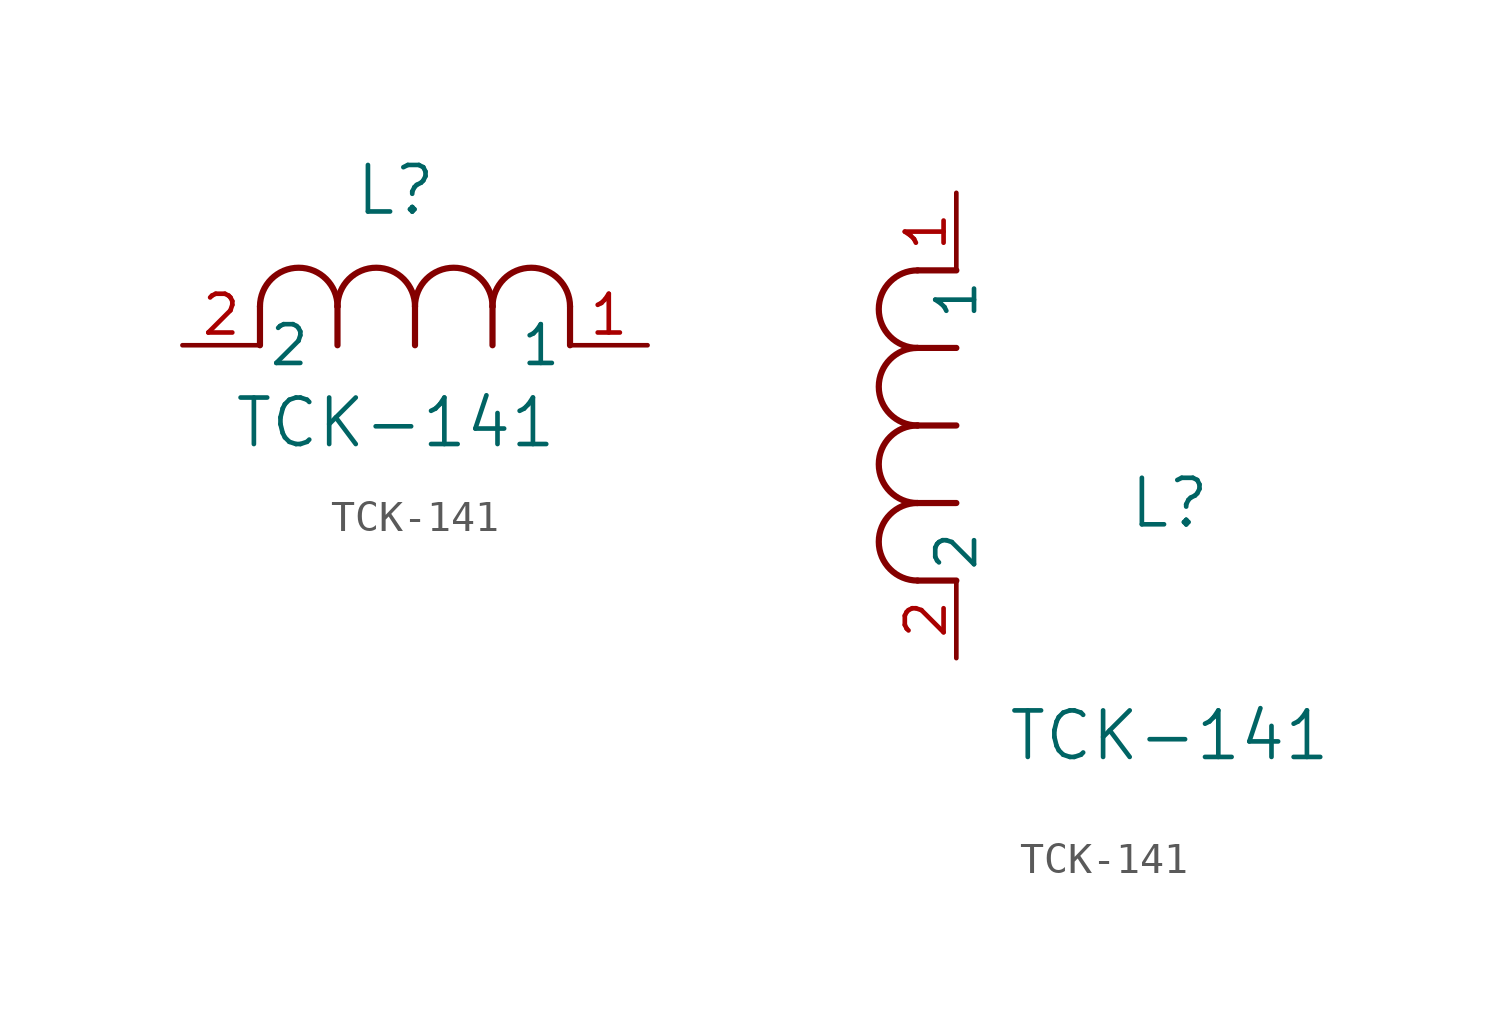
<source format=kicad_sym>
(kicad_symbol_lib
  (version 20211014)
  (generator kicad_symbol_editor)
  (symbol "TCK-141"
    (pin_names
      (offset 0.254))
    (property "Reference" "L"
      (at 6.985 5.08 0)
      (effects (font (size 1.524 1.524))))
    (property "Value" "TCK-141"
      (at 6.985 -2.54 0)
      (effects (font (size 1.524 1.524))))
    (symbol "TCK-141_1_1"
      (arc (start 7.62 1.27) (mid 6.35 2.54) (end 5.08 1.27) (stroke (width 0.2032) (type default) (color 0 0 0 0)) (fill (type none)))
      (polyline (pts (xy 5.08 0) (xy 5.08 1.27)) (stroke (width 0.203) (type default) (color 0 0 0 0)) (fill (type none)))
      (polyline (pts (xy 7.62 0) (xy 7.62 1.27)) (stroke (width 0.203) (type default) (color 0 0 0 0)) (fill (type none)))
      (polyline (pts (xy 12.7 0) (xy 12.7 1.27)) (stroke (width 0.203) (type default) (color 0 0 0 0)) (fill (type none)))
      (arc (start 5.08 1.27) (mid 3.81 2.54) (end 2.54 1.27) (stroke (width 0.2032) (type default) (color 0 0 0 0)) (fill (type none)))
      (arc (start 10.16 1.27) (mid 8.89 2.54) (end 7.62 1.27) (stroke (width 0.2032) (type default) (color 0 0 0 0)) (fill (type none)))
      (arc (start 12.7 1.27) (mid 11.43 2.54) (end 10.16 1.27) (stroke (width 0.2032) (type default) (color 0 0 0 0)) (fill (type none)))
      (polyline (pts (xy 2.54 0) (xy 2.54 1.27)) (stroke (width 0.203) (type default) (color 0 0 0 0)) (fill (type none)))
      (polyline (pts (xy 10.16 0) (xy 10.16 1.27)) (stroke (width 0.203) (type default) (color 0 0 0 0)) (fill (type none)))
      (pin unspecified line (at 0 0 0) (length 2.54) (name "2" (effects (font (size 1.27 1.27)))) (number "2" (effects (font (size 1.27 1.27)))))
      (pin unspecified line (at 15.24 0 180) (length 2.54) (name "1" (effects (font (size 1.27 1.27)))) (number "1" (effects (font (size 1.27 1.27))))))
    (symbol "TCK-141_1_2"
      (arc (start -1.27 7.62) (mid -2.54 6.35) (end -1.27 5.08) (stroke (width 0.2032) (type default) (color 0 0 0 0)) (fill (type none)))
      (arc (start -1.27 5.08) (mid -2.54 3.81) (end -1.27 2.54) (stroke (width 0.2032) (type default) (color 0 0 0 0)) (fill (type none)))
      (arc (start -1.27 12.7) (mid -2.54 11.43) (end -1.27 10.16) (stroke (width 0.2032) (type default) (color 0 0 0 0)) (fill (type none)))
      (arc (start -1.27 10.16) (mid -2.54 8.89) (end -1.27 7.62) (stroke (width 0.2032) (type default) (color 0 0 0 0)) (fill (type none)))
      (polyline (pts (xy 0 7.62) (xy -1.27 7.62)) (stroke (width 0.203) (type default) (color 0 0 0 0)) (fill (type none)))
      (polyline (pts (xy 0 5.08) (xy -1.27 5.08)) (stroke (width 0.203) (type default) (color 0 0 0 0)) (fill (type none)))
      (polyline (pts (xy 0 12.7) (xy -1.27 12.7)) (stroke (width 0.203) (type default) (color 0 0 0 0)) (fill (type none)))
      (polyline (pts (xy 0 2.54) (xy -1.27 2.54)) (stroke (width 0.203) (type default) (color 0 0 0 0)) (fill (type none)))
      (polyline (pts (xy 0 10.16) (xy -1.27 10.16)) (stroke (width 0.203) (type default) (color 0 0 0 0)) (fill (type none)))
      (pin unspecified line (at 0 0 90) (length 2.54) (name "2" (effects (font (size 1.27 1.27)))) (number "2" (effects (font (size 1.27 1.27)))))
      (pin unspecified line (at 0 15.24 270) (length 2.54) (name "1" (effects (font (size 1.27 1.27)))) (number "1" (effects (font (size 1.27 1.27))))))))
</source>
